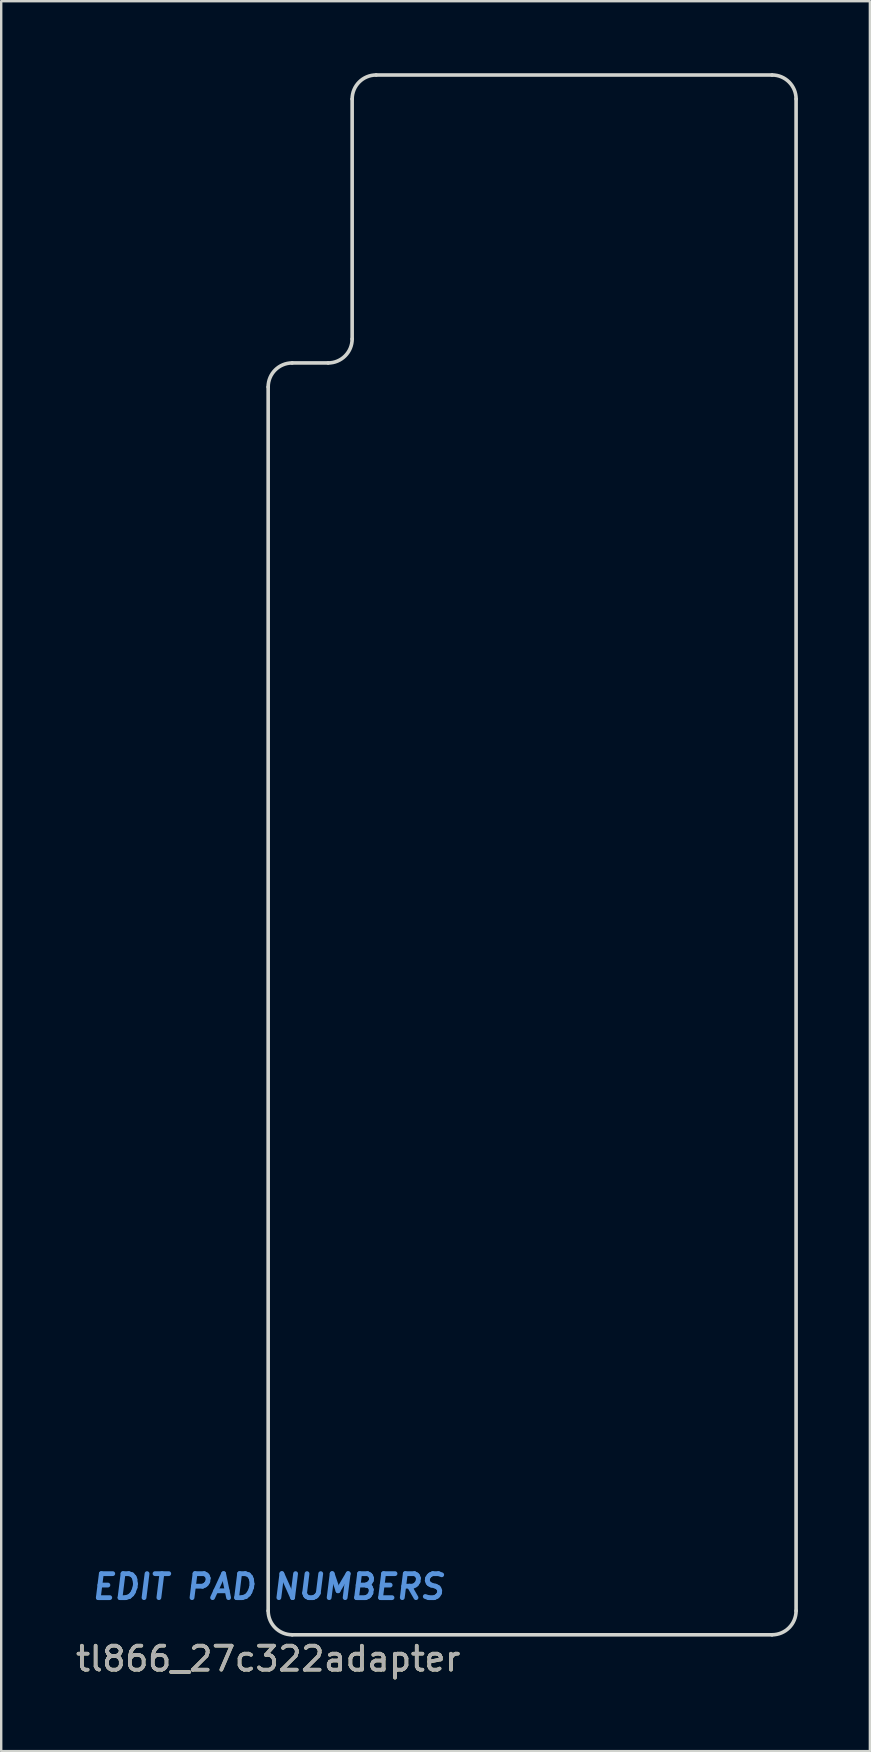
<source format=kicad_pcb>
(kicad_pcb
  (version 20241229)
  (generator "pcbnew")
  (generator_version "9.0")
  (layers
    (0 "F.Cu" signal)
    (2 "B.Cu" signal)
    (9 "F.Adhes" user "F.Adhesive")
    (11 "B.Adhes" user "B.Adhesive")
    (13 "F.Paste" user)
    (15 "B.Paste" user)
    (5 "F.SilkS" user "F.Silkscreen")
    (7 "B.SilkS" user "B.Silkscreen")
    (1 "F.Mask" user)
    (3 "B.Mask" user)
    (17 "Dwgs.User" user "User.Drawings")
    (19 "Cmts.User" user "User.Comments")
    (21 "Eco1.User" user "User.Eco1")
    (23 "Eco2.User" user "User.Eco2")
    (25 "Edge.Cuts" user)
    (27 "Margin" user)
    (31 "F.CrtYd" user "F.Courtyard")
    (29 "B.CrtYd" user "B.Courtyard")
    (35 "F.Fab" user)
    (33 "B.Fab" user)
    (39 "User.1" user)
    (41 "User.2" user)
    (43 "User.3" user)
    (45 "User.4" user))
  (footprint "tl866_27c322adapter"
    (layer "F.Cu")
    (at 8.125 65.075)
    (property "Reference" "tl866_27c322adapter" (at 0 1 0) (layer "F.SilkS") (effects (font (size 1 1) (thickness 0.15))))
    (attr smd)
    (fp_line (start 0 -1) (end 0 -52) (stroke (width 0.15) (type solid)) (layer "Edge.Cuts"))
    (fp_line (start 1 -53) (end 2.5 -53) (stroke (width 0.15) (type solid)) (layer "Edge.Cuts"))
    (fp_line (start 3.5 -54) (end 3.5 -64) (stroke (width 0.15) (type solid)) (layer "Edge.Cuts"))
    (fp_line (start 4.5 -65) (end 21 -65) (stroke (width 0.15) (type solid)) (layer "Edge.Cuts"))
    (fp_line (start 21 0) (end 1 0) (stroke (width 0.15) (type solid)) (layer "Edge.Cuts"))
    (fp_line (start 22 -64) (end 22 -1) (stroke (width 0.15) (type solid)) (layer "Edge.Cuts"))
    (fp_arc (start 0 -52) (mid 0.292893 -52.707107) (end 1 -53) (stroke (width 0.15) (type solid)) (layer "Edge.Cuts"))
    (fp_arc (start 1 0) (mid 0.292893 -0.292893) (end 0 -1) (stroke (width 0.15) (type solid)) (layer "Edge.Cuts"))
    (fp_arc (start 3.5 -64) (mid 3.792893 -64.707107) (end 4.5 -65) (stroke (width 0.15) (type solid)) (layer "Edge.Cuts"))
    (fp_arc (start 3.5 -54) (mid 3.207107 -53.292893) (end 2.5 -53) (stroke (width 0.15) (type solid)) (layer "Edge.Cuts"))
    (fp_arc (start 21 -65) (mid 21.707107 -64.707107) (end 22 -64) (stroke (width 0.15) (type solid)) (layer "Edge.Cuts"))
    (fp_arc (start 22 -1) (mid 21.707107 -0.292893) (end 21 0) (stroke (width 0.15) (type solid)) (layer "Edge.Cuts"))
    (fp_text user "EDIT PAD NUMBERS" (at 0 -2 0) (layer "Cmts.User") (effects (font (size 1 1) (thickness 0.2) (italic yes))))
    (fp_text user "${REFERENCE}" (at 0 1 0) (layer "F.Fab") (effects (font (size 1 1) (thickness 0.15)))))
  (gr_rect
    (start -3 -3)
    (end 33.2 69.923)
    (stroke (width 0.1) (type default))
    (fill no)
    (layer "Edge.Cuts")))
</source>
